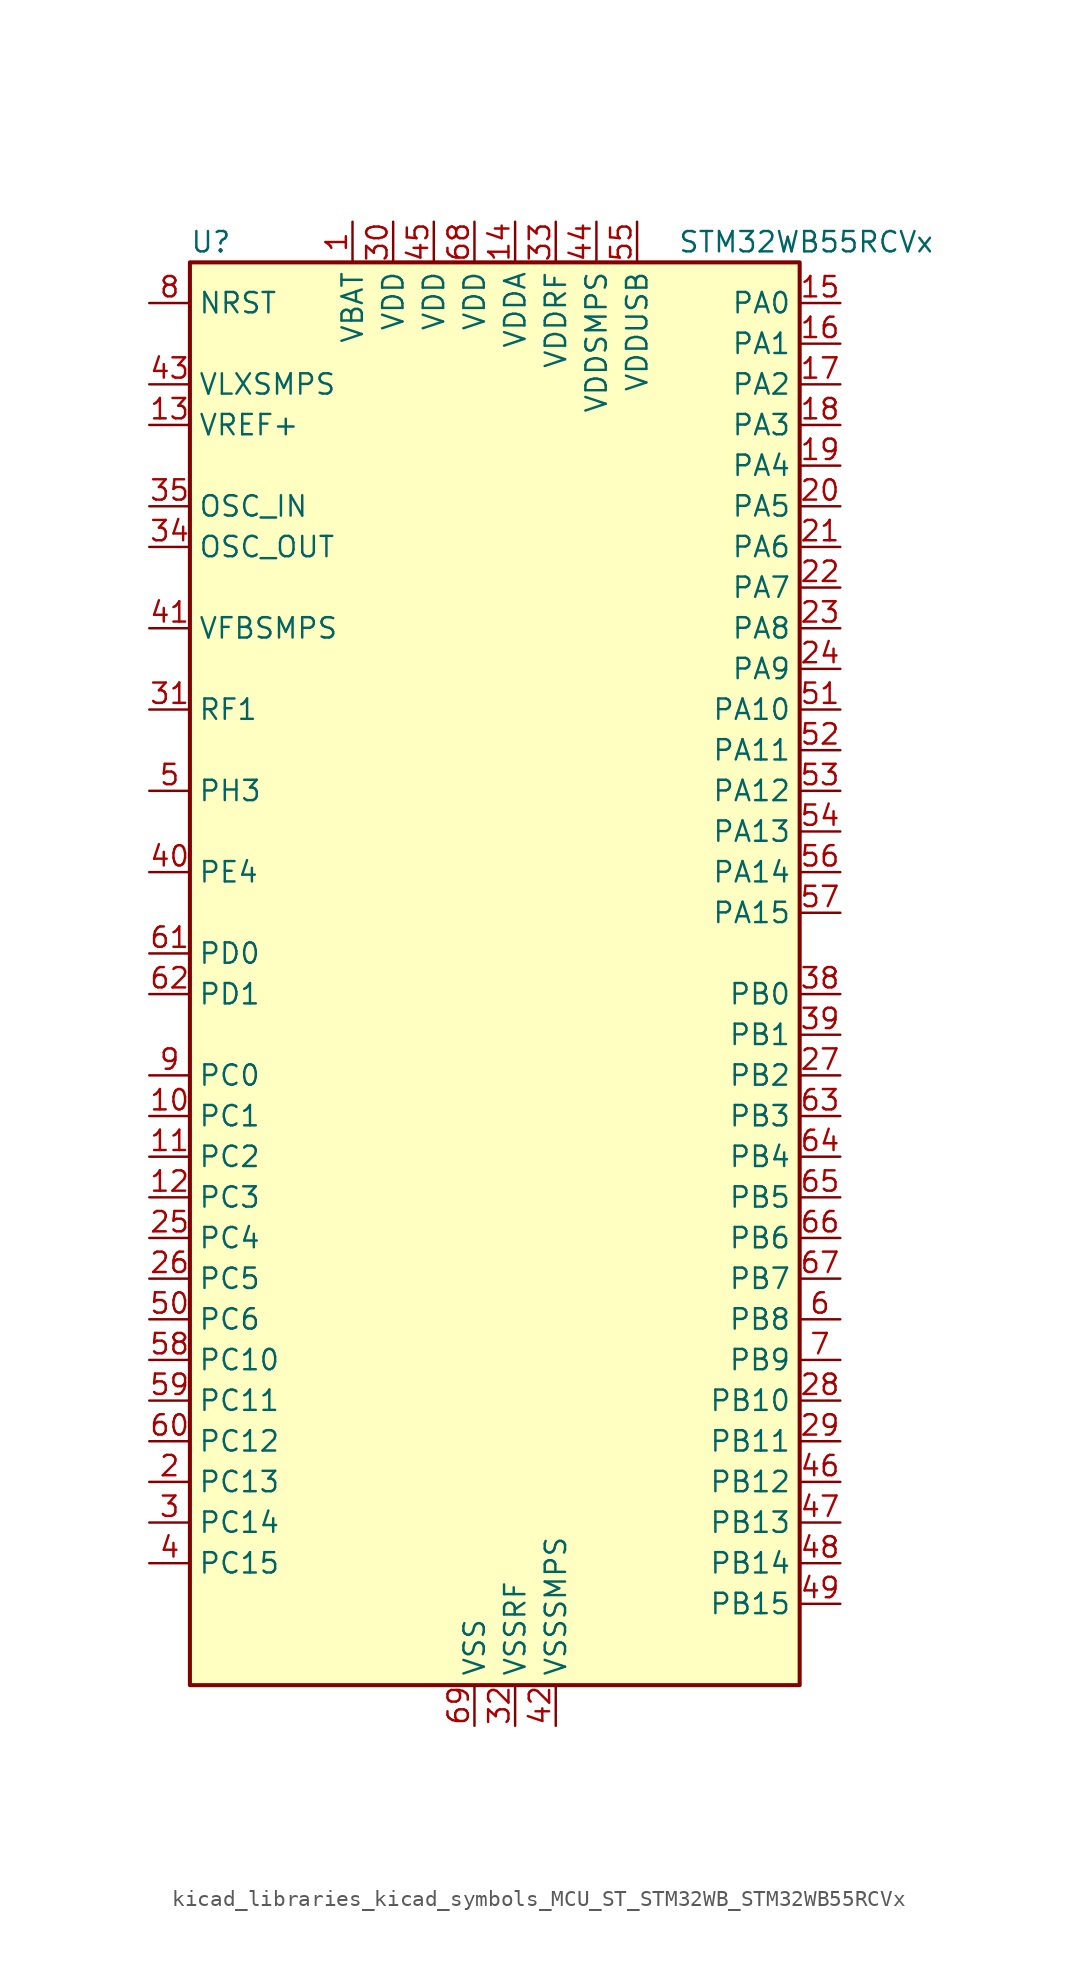
<source format=kicad_sym>
(kicad_symbol_lib
  (version 20220914)
  (generator kicad_symbol_editor)
  (symbol "kicad_libraries_kicad_symbols_MCU_ST_STM32WB_STM32WB55RCVx"
    (property "Reference" "U"
      (at -17.78 46.99 0)
      (effects (font (size 1.27 1.27)) (justify left)))
    (property "Value" "STM32WB55RCVx"
      (at 12.7 46.99 0)
      (effects (font (size 1.27 1.27)) (justify left)))
    (property "ki_locked" ""
      (at 0 0 0)
      (effects (font (size 1.27 1.27))))
    (symbol "kicad_libraries_kicad_symbols_MCU_ST_STM32WB_STM32WB55RCVx_0_1"
      (rectangle (start -17.78 -43.18) (end 20.32 45.72) (stroke (width 0.254) (type default)) (fill (type background))))
    (symbol "kicad_libraries_kicad_symbols_MCU_ST_STM32WB_STM32WB55RCVx_1_1"
      (pin power_in line (at -7.62 48.26 270) (length 2.54) (name "VBAT" (effects (font (size 1.27 1.27)))) (number "1" (effects (font (size 1.27 1.27)))))
      (pin bidirectional line (at -20.32 -7.62 0) (length 2.54) (name "PC1" (effects (font (size 1.27 1.27)))) (number "10" (effects (font (size 1.27 1.27)))) (alternate "ADC1_IN2" bidirectional line) (alternate "I2C3_SDA" bidirectional line) (alternate "LCD_SEG19" bidirectional line) (alternate "LPTIM1_OUT" bidirectional line) (alternate "LPUART1_TX" bidirectional line) (alternate "SPI2_MOSI" bidirectional line))
      (pin bidirectional line (at -20.32 -10.16 0) (length 2.54) (name "PC2" (effects (font (size 1.27 1.27)))) (number "11" (effects (font (size 1.27 1.27)))) (alternate "ADC1_IN3" bidirectional line) (alternate "LCD_SEG20" bidirectional line) (alternate "LPTIM1_IN2" bidirectional line) (alternate "SPI2_MISO" bidirectional line))
      (pin bidirectional line (at -20.32 -12.7 0) (length 2.54) (name "PC3" (effects (font (size 1.27 1.27)))) (number "12" (effects (font (size 1.27 1.27)))) (alternate "ADC1_IN4" bidirectional line) (alternate "LCD_VLCD" bidirectional line) (alternate "LPTIM1_ETR" bidirectional line) (alternate "LPTIM2_ETR" bidirectional line) (alternate "SAI1_D1" bidirectional line) (alternate "SAI1_SD_A" bidirectional line) (alternate "SPI2_MOSI" bidirectional line))
      (pin input line (at -20.32 35.56 0) (length 2.54) (name "VREF+" (effects (font (size 1.27 1.27)))) (number "13" (effects (font (size 1.27 1.27)))) (alternate "VREFBUF_OUT" bidirectional line))
      (pin power_in line (at 2.54 48.26 270) (length 2.54) (name "VDDA" (effects (font (size 1.27 1.27)))) (number "14" (effects (font (size 1.27 1.27)))))
      (pin bidirectional line (at 22.86 43.18 180) (length 2.54) (name "PA0" (effects (font (size 1.27 1.27)))) (number "15" (effects (font (size 1.27 1.27)))) (alternate "ADC1_IN5" bidirectional line) (alternate "COMP1_INM" bidirectional line) (alternate "COMP1_OUT" bidirectional line) (alternate "RTC_TAMP2" bidirectional line) (alternate "SAI1_EXTCLK" bidirectional line) (alternate "SYS_WKUP1" bidirectional line) (alternate "TIM2_CH1" bidirectional line) (alternate "TIM2_ETR" bidirectional line))
      (pin bidirectional line (at 22.86 40.64 180) (length 2.54) (name "PA1" (effects (font (size 1.27 1.27)))) (number "16" (effects (font (size 1.27 1.27)))) (alternate "ADC1_IN6" bidirectional line) (alternate "COMP1_INP" bidirectional line) (alternate "I2C1_SMBA" bidirectional line) (alternate "LCD_SEG0" bidirectional line) (alternate "SPI1_SCK" bidirectional line) (alternate "TIM2_CH2" bidirectional line))
      (pin bidirectional line (at 22.86 38.1 180) (length 2.54) (name "PA2" (effects (font (size 1.27 1.27)))) (number "17" (effects (font (size 1.27 1.27)))) (alternate "ADC1_IN7" bidirectional line) (alternate "COMP2_INM" bidirectional line) (alternate "COMP2_OUT" bidirectional line) (alternate "LCD_SEG1" bidirectional line) (alternate "LPUART1_TX" bidirectional line) (alternate "QUADSPI_BK1_NCS" bidirectional line) (alternate "RCC_LSCO" bidirectional line) (alternate "SYS_WKUP4" bidirectional line) (alternate "TIM2_CH3" bidirectional line))
      (pin bidirectional line (at 22.86 35.56 180) (length 2.54) (name "PA3" (effects (font (size 1.27 1.27)))) (number "18" (effects (font (size 1.27 1.27)))) (alternate "ADC1_IN8" bidirectional line) (alternate "COMP2_INP" bidirectional line) (alternate "LCD_SEG2" bidirectional line) (alternate "LPUART1_RX" bidirectional line) (alternate "QUADSPI_CLK" bidirectional line) (alternate "SAI1_CK1" bidirectional line) (alternate "SAI1_MCLK_A" bidirectional line) (alternate "TIM2_CH4" bidirectional line))
      (pin bidirectional line (at 22.86 33.02 180) (length 2.54) (name "PA4" (effects (font (size 1.27 1.27)))) (number "19" (effects (font (size 1.27 1.27)))) (alternate "ADC1_IN9" bidirectional line) (alternate "COMP1_INM" bidirectional line) (alternate "COMP2_INM" bidirectional line) (alternate "LCD_SEG5" bidirectional line) (alternate "LPTIM2_OUT" bidirectional line) (alternate "SAI1_FS_B" bidirectional line) (alternate "SPI1_NSS" bidirectional line))
      (pin bidirectional line (at -20.32 -30.48 0) (length 2.54) (name "PC13" (effects (font (size 1.27 1.27)))) (number "2" (effects (font (size 1.27 1.27)))) (alternate "RTC_OUT1" bidirectional line) (alternate "RTC_TAMP1" bidirectional line) (alternate "RTC_TS" bidirectional line) (alternate "SYS_WKUP2" bidirectional line))
      (pin bidirectional line (at 22.86 30.48 180) (length 2.54) (name "PA5" (effects (font (size 1.27 1.27)))) (number "20" (effects (font (size 1.27 1.27)))) (alternate "ADC1_IN10" bidirectional line) (alternate "COMP1_INM" bidirectional line) (alternate "COMP2_INM" bidirectional line) (alternate "LPTIM2_ETR" bidirectional line) (alternate "SAI1_SD_B" bidirectional line) (alternate "SPI1_SCK" bidirectional line) (alternate "TIM2_CH1" bidirectional line) (alternate "TIM2_ETR" bidirectional line))
      (pin bidirectional line (at 22.86 27.94 180) (length 2.54) (name "PA6" (effects (font (size 1.27 1.27)))) (number "21" (effects (font (size 1.27 1.27)))) (alternate "ADC1_IN11" bidirectional line) (alternate "LCD_SEG3" bidirectional line) (alternate "LPUART1_CTS" bidirectional line) (alternate "QUADSPI_BK1_IO3" bidirectional line) (alternate "SPI1_MISO" bidirectional line) (alternate "TIM16_CH1" bidirectional line) (alternate "TIM1_BKIN" bidirectional line))
      (pin bidirectional line (at 22.86 25.4 180) (length 2.54) (name "PA7" (effects (font (size 1.27 1.27)))) (number "22" (effects (font (size 1.27 1.27)))) (alternate "ADC1_IN12" bidirectional line) (alternate "COMP2_OUT" bidirectional line) (alternate "I2C3_SCL" bidirectional line) (alternate "LCD_SEG4" bidirectional line) (alternate "QUADSPI_BK1_IO2" bidirectional line) (alternate "SPI1_MOSI" bidirectional line) (alternate "TIM17_CH1" bidirectional line) (alternate "TIM1_CH1N" bidirectional line))
      (pin bidirectional line (at 22.86 22.86 180) (length 2.54) (name "PA8" (effects (font (size 1.27 1.27)))) (number "23" (effects (font (size 1.27 1.27)))) (alternate "ADC1_IN15" bidirectional line) (alternate "LCD_COM0" bidirectional line) (alternate "LPTIM2_OUT" bidirectional line) (alternate "RCC_MCO" bidirectional line) (alternate "SAI1_CK2" bidirectional line) (alternate "SAI1_SCK_A" bidirectional line) (alternate "TIM1_CH1" bidirectional line) (alternate "USART1_CK" bidirectional line))
      (pin bidirectional line (at 22.86 20.32 180) (length 2.54) (name "PA9" (effects (font (size 1.27 1.27)))) (number "24" (effects (font (size 1.27 1.27)))) (alternate "ADC1_IN16" bidirectional line) (alternate "COMP1_INM" bidirectional line) (alternate "I2C1_SCL" bidirectional line) (alternate "LCD_COM1" bidirectional line) (alternate "SAI1_D2" bidirectional line) (alternate "SAI1_FS_A" bidirectional line) (alternate "SPI2_SCK" bidirectional line) (alternate "TIM1_CH2" bidirectional line) (alternate "USART1_TX" bidirectional line))
      (pin bidirectional line (at -20.32 -15.24 0) (length 2.54) (name "PC4" (effects (font (size 1.27 1.27)))) (number "25" (effects (font (size 1.27 1.27)))) (alternate "ADC1_IN13" bidirectional line) (alternate "COMP1_INM" bidirectional line) (alternate "LCD_SEG22" bidirectional line))
      (pin bidirectional line (at -20.32 -17.78 0) (length 2.54) (name "PC5" (effects (font (size 1.27 1.27)))) (number "26" (effects (font (size 1.27 1.27)))) (alternate "ADC1_IN14" bidirectional line) (alternate "COMP1_INP" bidirectional line) (alternate "LCD_SEG23" bidirectional line) (alternate "SAI1_D3" bidirectional line) (alternate "SYS_WKUP5" bidirectional line))
      (pin bidirectional line (at 22.86 -5.08 180) (length 2.54) (name "PB2" (effects (font (size 1.27 1.27)))) (number "27" (effects (font (size 1.27 1.27)))) (alternate "COMP1_INP" bidirectional line) (alternate "I2C3_SMBA" bidirectional line) (alternate "LCD_VLCD" bidirectional line) (alternate "LPTIM1_OUT" bidirectional line) (alternate "RTC_OUT2" bidirectional line) (alternate "SAI1_EXTCLK" bidirectional line) (alternate "SPI1_NSS" bidirectional line))
      (pin bidirectional line (at 22.86 -25.4 180) (length 2.54) (name "PB10" (effects (font (size 1.27 1.27)))) (number "28" (effects (font (size 1.27 1.27)))) (alternate "COMP1_OUT" bidirectional line) (alternate "I2C3_SCL" bidirectional line) (alternate "LCD_SEG10" bidirectional line) (alternate "LPUART1_RX" bidirectional line) (alternate "QUADSPI_CLK" bidirectional line) (alternate "SAI1_SCK_A" bidirectional line) (alternate "SPI2_SCK" bidirectional line) (alternate "TIM2_CH3" bidirectional line) (alternate "TSC_SYNC" bidirectional line))
      (pin bidirectional line (at 22.86 -27.94 180) (length 2.54) (name "PB11" (effects (font (size 1.27 1.27)))) (number "29" (effects (font (size 1.27 1.27)))) (alternate "ADC1_EXTI11" bidirectional line) (alternate "COMP2_OUT" bidirectional line) (alternate "I2C3_SDA" bidirectional line) (alternate "LCD_SEG11" bidirectional line) (alternate "LPUART1_TX" bidirectional line) (alternate "QUADSPI_BK1_NCS" bidirectional line) (alternate "TIM2_CH4" bidirectional line))
      (pin bidirectional line (at -20.32 -33.02 0) (length 2.54) (name "PC14" (effects (font (size 1.27 1.27)))) (number "3" (effects (font (size 1.27 1.27)))) (alternate "RCC_OSC32_IN" bidirectional line))
      (pin power_in line (at -5.08 48.26 270) (length 2.54) (name "VDD" (effects (font (size 1.27 1.27)))) (number "30" (effects (font (size 1.27 1.27)))))
      (pin bidirectional line (at -20.32 17.78 0) (length 2.54) (name "RF1" (effects (font (size 1.27 1.27)))) (number "31" (effects (font (size 1.27 1.27)))) (alternate "RF_RF1" bidirectional line))
      (pin power_in line (at 2.54 -45.72 90) (length 2.54) (name "VSSRF" (effects (font (size 1.27 1.27)))) (number "32" (effects (font (size 1.27 1.27)))))
      (pin power_in line (at 5.08 48.26 270) (length 2.54) (name "VDDRF" (effects (font (size 1.27 1.27)))) (number "33" (effects (font (size 1.27 1.27)))))
      (pin input line (at -20.32 27.94 0) (length 2.54) (name "OSC_OUT" (effects (font (size 1.27 1.27)))) (number "34" (effects (font (size 1.27 1.27)))) (alternate "RCC_OSC_OUT" bidirectional line))
      (pin input line (at -20.32 30.48 0) (length 2.54) (name "OSC_IN" (effects (font (size 1.27 1.27)))) (number "35" (effects (font (size 1.27 1.27)))) (alternate "RCC_OSC_IN" bidirectional line))
      (pin no_connect line (at -17.78 -43.18 0) (length 2.54) hide (name "AT0" (effects (font (size 1.27 1.27)))) (number "36" (effects (font (size 1.27 1.27)))))
      (pin no_connect line (at -17.78 -40.64 0) (length 2.54) hide (name "AT1" (effects (font (size 1.27 1.27)))) (number "37" (effects (font (size 1.27 1.27)))))
      (pin bidirectional line (at 22.86 0 180) (length 2.54) (name "PB0" (effects (font (size 1.27 1.27)))) (number "38" (effects (font (size 1.27 1.27)))) (alternate "COMP1_OUT" bidirectional line) (alternate "RF_TX_MOD_EXT_PA" bidirectional line))
      (pin bidirectional line (at 22.86 -2.54 180) (length 2.54) (name "PB1" (effects (font (size 1.27 1.27)))) (number "39" (effects (font (size 1.27 1.27)))) (alternate "LPTIM2_IN1" bidirectional line) (alternate "LPUART1_DE" bidirectional line) (alternate "LPUART1_RTS" bidirectional line))
      (pin bidirectional line (at -20.32 -35.56 0) (length 2.54) (name "PC15" (effects (font (size 1.27 1.27)))) (number "4" (effects (font (size 1.27 1.27)))) (alternate "ADC1_EXTI15" bidirectional line) (alternate "RCC_OSC32_OUT" bidirectional line))
      (pin bidirectional line (at -20.32 7.62 0) (length 2.54) (name "PE4" (effects (font (size 1.27 1.27)))) (number "40" (effects (font (size 1.27 1.27)))))
      (pin input line (at -20.32 22.86 0) (length 2.54) (name "VFBSMPS" (effects (font (size 1.27 1.27)))) (number "41" (effects (font (size 1.27 1.27)))))
      (pin power_in line (at 5.08 -45.72 90) (length 2.54) (name "VSSSMPS" (effects (font (size 1.27 1.27)))) (number "42" (effects (font (size 1.27 1.27)))))
      (pin power_in line (at -20.32 38.1 0) (length 2.54) (name "VLXSMPS" (effects (font (size 1.27 1.27)))) (number "43" (effects (font (size 1.27 1.27)))))
      (pin power_in line (at 7.62 48.26 270) (length 2.54) (name "VDDSMPS" (effects (font (size 1.27 1.27)))) (number "44" (effects (font (size 1.27 1.27)))))
      (pin power_in line (at -2.54 48.26 270) (length 2.54) (name "VDD" (effects (font (size 1.27 1.27)))) (number "45" (effects (font (size 1.27 1.27)))))
      (pin bidirectional line (at 22.86 -30.48 180) (length 2.54) (name "PB12" (effects (font (size 1.27 1.27)))) (number "46" (effects (font (size 1.27 1.27)))) (alternate "I2C3_SMBA" bidirectional line) (alternate "LCD_SEG12" bidirectional line) (alternate "LPUART1_DE" bidirectional line) (alternate "LPUART1_RTS" bidirectional line) (alternate "SAI1_FS_A" bidirectional line) (alternate "SPI2_NSS" bidirectional line) (alternate "TIM1_BKIN" bidirectional line) (alternate "TSC_G1_IO1" bidirectional line))
      (pin bidirectional line (at 22.86 -33.02 180) (length 2.54) (name "PB13" (effects (font (size 1.27 1.27)))) (number "47" (effects (font (size 1.27 1.27)))) (alternate "I2C3_SCL" bidirectional line) (alternate "LCD_SEG13" bidirectional line) (alternate "LPUART1_CTS" bidirectional line) (alternate "SAI1_SCK_A" bidirectional line) (alternate "SPI2_SCK" bidirectional line) (alternate "TIM1_CH1N" bidirectional line) (alternate "TSC_G1_IO2" bidirectional line))
      (pin bidirectional line (at 22.86 -35.56 180) (length 2.54) (name "PB14" (effects (font (size 1.27 1.27)))) (number "48" (effects (font (size 1.27 1.27)))) (alternate "I2C3_SDA" bidirectional line) (alternate "LCD_SEG14" bidirectional line) (alternate "SAI1_MCLK_A" bidirectional line) (alternate "SPI2_MISO" bidirectional line) (alternate "TIM1_CH2N" bidirectional line) (alternate "TSC_G1_IO3" bidirectional line))
      (pin bidirectional line (at 22.86 -38.1 180) (length 2.54) (name "PB15" (effects (font (size 1.27 1.27)))) (number "49" (effects (font (size 1.27 1.27)))) (alternate "ADC1_EXTI15" bidirectional line) (alternate "LCD_SEG15" bidirectional line) (alternate "RTC_REFIN" bidirectional line) (alternate "SAI1_SD_A" bidirectional line) (alternate "SPI2_MOSI" bidirectional line) (alternate "TIM1_CH3N" bidirectional line) (alternate "TSC_G1_IO4" bidirectional line))
      (pin bidirectional line (at -20.32 12.7 0) (length 2.54) (name "PH3" (effects (font (size 1.27 1.27)))) (number "5" (effects (font (size 1.27 1.27)))) (alternate "RCC_LSCO" bidirectional line))
      (pin bidirectional line (at -20.32 -20.32 0) (length 2.54) (name "PC6" (effects (font (size 1.27 1.27)))) (number "50" (effects (font (size 1.27 1.27)))) (alternate "LCD_SEG24" bidirectional line))
      (pin bidirectional line (at 22.86 17.78 180) (length 2.54) (name "PA10" (effects (font (size 1.27 1.27)))) (number "51" (effects (font (size 1.27 1.27)))) (alternate "CRS_SYNC" bidirectional line) (alternate "I2C1_SDA" bidirectional line) (alternate "LCD_COM2" bidirectional line) (alternate "SAI1_D1" bidirectional line) (alternate "SAI1_SD_A" bidirectional line) (alternate "TIM17_BKIN" bidirectional line) (alternate "TIM1_CH3" bidirectional line) (alternate "USART1_RX" bidirectional line))
      (pin bidirectional line (at 22.86 15.24 180) (length 2.54) (name "PA11" (effects (font (size 1.27 1.27)))) (number "52" (effects (font (size 1.27 1.27)))) (alternate "ADC1_EXTI11" bidirectional line) (alternate "SPI1_MISO" bidirectional line) (alternate "TIM1_BKIN2" bidirectional line) (alternate "TIM1_CH4" bidirectional line) (alternate "USART1_CTS" bidirectional line) (alternate "USART1_NSS" bidirectional line) (alternate "USB_DM" bidirectional line))
      (pin bidirectional line (at 22.86 12.7 180) (length 2.54) (name "PA12" (effects (font (size 1.27 1.27)))) (number "53" (effects (font (size 1.27 1.27)))) (alternate "LPUART1_RX" bidirectional line) (alternate "SPI1_MOSI" bidirectional line) (alternate "TIM1_ETR" bidirectional line) (alternate "USART1_DE" bidirectional line) (alternate "USART1_RTS" bidirectional line) (alternate "USB_DP" bidirectional line))
      (pin bidirectional line (at 22.86 10.16 180) (length 2.54) (name "PA13" (effects (font (size 1.27 1.27)))) (number "54" (effects (font (size 1.27 1.27)))) (alternate "IR_OUT" bidirectional line) (alternate "SAI1_SD_B" bidirectional line) (alternate "SYS_JTMS-SWDIO" bidirectional line) (alternate "USB_NOE" bidirectional line))
      (pin power_in line (at 10.16 48.26 270) (length 2.54) (name "VDDUSB" (effects (font (size 1.27 1.27)))) (number "55" (effects (font (size 1.27 1.27)))))
      (pin bidirectional line (at 22.86 7.62 180) (length 2.54) (name "PA14" (effects (font (size 1.27 1.27)))) (number "56" (effects (font (size 1.27 1.27)))) (alternate "I2C1_SMBA" bidirectional line) (alternate "LCD_SEG5" bidirectional line) (alternate "LPTIM1_OUT" bidirectional line) (alternate "SAI1_FS_B" bidirectional line) (alternate "SYS_JTCK-SWCLK" bidirectional line))
      (pin bidirectional line (at 22.86 5.08 180) (length 2.54) (name "PA15" (effects (font (size 1.27 1.27)))) (number "57" (effects (font (size 1.27 1.27)))) (alternate "ADC1_EXTI15" bidirectional line) (alternate "LCD_SEG17" bidirectional line) (alternate "RCC_MCO" bidirectional line) (alternate "SPI1_NSS" bidirectional line) (alternate "SYS_JTDI" bidirectional line) (alternate "TIM2_CH1" bidirectional line) (alternate "TIM2_ETR" bidirectional line) (alternate "TSC_G3_IO1" bidirectional line))
      (pin bidirectional line (at -20.32 -22.86 0) (length 2.54) (name "PC10" (effects (font (size 1.27 1.27)))) (number "58" (effects (font (size 1.27 1.27)))) (alternate "LCD_COM4" bidirectional line) (alternate "LCD_SEG28" bidirectional line) (alternate "LCD_SEG40" bidirectional line) (alternate "SYS_TRACED1" bidirectional line) (alternate "TSC_G3_IO2" bidirectional line))
      (pin bidirectional line (at -20.32 -25.4 0) (length 2.54) (name "PC11" (effects (font (size 1.27 1.27)))) (number "59" (effects (font (size 1.27 1.27)))) (alternate "ADC1_EXTI11" bidirectional line) (alternate "LCD_COM5" bidirectional line) (alternate "LCD_SEG29" bidirectional line) (alternate "LCD_SEG41" bidirectional line) (alternate "TSC_G3_IO3" bidirectional line))
      (pin bidirectional line (at 22.86 -20.32 180) (length 2.54) (name "PB8" (effects (font (size 1.27 1.27)))) (number "6" (effects (font (size 1.27 1.27)))) (alternate "I2C1_SCL" bidirectional line) (alternate "LCD_SEG16" bidirectional line) (alternate "QUADSPI_BK1_IO1" bidirectional line) (alternate "SAI1_CK1" bidirectional line) (alternate "SAI1_MCLK_A" bidirectional line) (alternate "TIM16_CH1" bidirectional line) (alternate "TIM1_CH2N" bidirectional line))
      (pin bidirectional line (at -20.32 -27.94 0) (length 2.54) (name "PC12" (effects (font (size 1.27 1.27)))) (number "60" (effects (font (size 1.27 1.27)))) (alternate "LCD_COM6" bidirectional line) (alternate "LCD_SEG30" bidirectional line) (alternate "LCD_SEG42" bidirectional line) (alternate "RCC_LSCO" bidirectional line) (alternate "RTC_TAMP3" bidirectional line) (alternate "SYS_TRACED3" bidirectional line) (alternate "SYS_WKUP3" bidirectional line) (alternate "TSC_G3_IO4" bidirectional line))
      (pin bidirectional line (at -20.32 2.54 0) (length 2.54) (name "PD0" (effects (font (size 1.27 1.27)))) (number "61" (effects (font (size 1.27 1.27)))) (alternate "SPI2_NSS" bidirectional line))
      (pin bidirectional line (at -20.32 0 0) (length 2.54) (name "PD1" (effects (font (size 1.27 1.27)))) (number "62" (effects (font (size 1.27 1.27)))) (alternate "SPI2_SCK" bidirectional line))
      (pin bidirectional line (at 22.86 -7.62 180) (length 2.54) (name "PB3" (effects (font (size 1.27 1.27)))) (number "63" (effects (font (size 1.27 1.27)))) (alternate "COMP2_INM" bidirectional line) (alternate "LCD_SEG7" bidirectional line) (alternate "SAI1_SCK_B" bidirectional line) (alternate "SPI1_SCK" bidirectional line) (alternate "SYS_JTDO-SWO" bidirectional line) (alternate "TIM2_CH2" bidirectional line) (alternate "USART1_DE" bidirectional line) (alternate "USART1_RTS" bidirectional line))
      (pin bidirectional line (at 22.86 -10.16 180) (length 2.54) (name "PB4" (effects (font (size 1.27 1.27)))) (number "64" (effects (font (size 1.27 1.27)))) (alternate "COMP2_INP" bidirectional line) (alternate "I2C3_SDA" bidirectional line) (alternate "LCD_SEG8" bidirectional line) (alternate "SAI1_MCLK_B" bidirectional line) (alternate "SPI1_MISO" bidirectional line) (alternate "SYS_JTRST" bidirectional line) (alternate "TIM17_BKIN" bidirectional line) (alternate "TSC_G2_IO1" bidirectional line) (alternate "USART1_CTS" bidirectional line) (alternate "USART1_NSS" bidirectional line))
      (pin bidirectional line (at 22.86 -12.7 180) (length 2.54) (name "PB5" (effects (font (size 1.27 1.27)))) (number "65" (effects (font (size 1.27 1.27)))) (alternate "COMP2_OUT" bidirectional line) (alternate "I2C1_SMBA" bidirectional line) (alternate "LCD_SEG9" bidirectional line) (alternate "LPTIM1_IN1" bidirectional line) (alternate "LPUART1_TX" bidirectional line) (alternate "SAI1_SD_B" bidirectional line) (alternate "SPI1_MOSI" bidirectional line) (alternate "TIM16_BKIN" bidirectional line) (alternate "TSC_G2_IO2" bidirectional line) (alternate "USART1_CK" bidirectional line))
      (pin bidirectional line (at 22.86 -15.24 180) (length 2.54) (name "PB6" (effects (font (size 1.27 1.27)))) (number "66" (effects (font (size 1.27 1.27)))) (alternate "COMP2_INP" bidirectional line) (alternate "I2C1_SCL" bidirectional line) (alternate "LCD_SEG6" bidirectional line) (alternate "LPTIM1_ETR" bidirectional line) (alternate "RCC_MCO" bidirectional line) (alternate "SAI1_FS_B" bidirectional line) (alternate "TIM16_CH1N" bidirectional line) (alternate "TSC_G2_IO3" bidirectional line) (alternate "USART1_TX" bidirectional line))
      (pin bidirectional line (at 22.86 -17.78 180) (length 2.54) (name "PB7" (effects (font (size 1.27 1.27)))) (number "67" (effects (font (size 1.27 1.27)))) (alternate "COMP2_INM" bidirectional line) (alternate "I2C1_SDA" bidirectional line) (alternate "LCD_SEG21" bidirectional line) (alternate "LPTIM1_IN2" bidirectional line) (alternate "SYS_PVD_IN" bidirectional line) (alternate "TIM17_CH1N" bidirectional line) (alternate "TIM1_BKIN" bidirectional line) (alternate "TSC_G2_IO4" bidirectional line) (alternate "USART1_RX" bidirectional line))
      (pin power_in line (at 0 48.26 270) (length 2.54) (name "VDD" (effects (font (size 1.27 1.27)))) (number "68" (effects (font (size 1.27 1.27)))))
      (pin power_in line (at 0 -45.72 90) (length 2.54) (name "VSS" (effects (font (size 1.27 1.27)))) (number "69" (effects (font (size 1.27 1.27)))))
      (pin bidirectional line (at 22.86 -22.86 180) (length 2.54) (name "PB9" (effects (font (size 1.27 1.27)))) (number "7" (effects (font (size 1.27 1.27)))) (alternate "I2C1_SDA" bidirectional line) (alternate "IR_OUT" bidirectional line) (alternate "LCD_COM3" bidirectional line) (alternate "QUADSPI_BK1_IO0" bidirectional line) (alternate "SAI1_D2" bidirectional line) (alternate "SAI1_FS_A" bidirectional line) (alternate "SPI2_NSS" bidirectional line) (alternate "TIM17_CH1" bidirectional line) (alternate "TIM1_CH3N" bidirectional line))
      (pin input line (at -20.32 43.18 0) (length 2.54) (name "NRST" (effects (font (size 1.27 1.27)))) (number "8" (effects (font (size 1.27 1.27)))))
      (pin bidirectional line (at -20.32 -5.08 0) (length 2.54) (name "PC0" (effects (font (size 1.27 1.27)))) (number "9" (effects (font (size 1.27 1.27)))) (alternate "ADC1_IN1" bidirectional line) (alternate "I2C3_SCL" bidirectional line) (alternate "LCD_SEG18" bidirectional line) (alternate "LPTIM1_IN1" bidirectional line) (alternate "LPTIM2_IN1" bidirectional line) (alternate "LPUART1_RX" bidirectional line)))))
</source>
